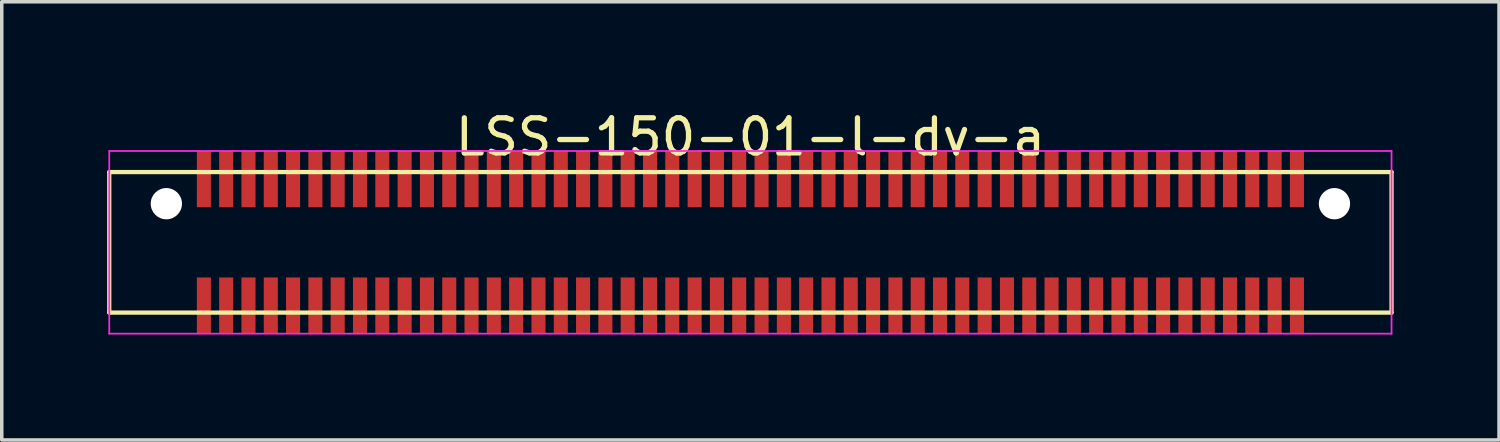
<source format=kicad_pcb>
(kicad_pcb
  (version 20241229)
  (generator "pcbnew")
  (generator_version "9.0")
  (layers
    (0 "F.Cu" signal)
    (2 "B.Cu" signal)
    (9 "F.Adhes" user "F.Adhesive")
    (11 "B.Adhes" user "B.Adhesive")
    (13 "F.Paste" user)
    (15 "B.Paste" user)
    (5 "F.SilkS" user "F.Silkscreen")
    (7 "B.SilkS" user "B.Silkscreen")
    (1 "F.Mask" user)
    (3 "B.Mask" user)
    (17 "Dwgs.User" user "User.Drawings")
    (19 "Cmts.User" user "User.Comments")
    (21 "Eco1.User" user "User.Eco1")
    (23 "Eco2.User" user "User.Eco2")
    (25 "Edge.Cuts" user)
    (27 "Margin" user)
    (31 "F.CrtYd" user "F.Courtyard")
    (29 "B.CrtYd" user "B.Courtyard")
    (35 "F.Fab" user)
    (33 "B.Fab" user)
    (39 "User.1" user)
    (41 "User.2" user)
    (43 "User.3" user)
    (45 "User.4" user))
  (footprint "LSS-150-01-l-dv-a"
    (layer "F.Cu")
    (at 18.31 3.848)
    (property "Reference" "LSS-150-01-l-dv-a" (at 0 -3 0) (layer "F.SilkS") (effects (font (size 1 1) (thickness 0.15))))
    (attr through_hole)
    (fp_line (start -18.25 -2) (end -18.25 2) (stroke (width 0.12) (type solid)) (layer "F.SilkS"))
    (fp_line (start -18.25 2) (end 18.25 2) (stroke (width 0.12) (type solid)) (layer "F.SilkS"))
    (fp_line (start 18.25 -2) (end -18.25 -2) (stroke (width 0.12) (type solid)) (layer "F.SilkS"))
    (fp_line (start 18.25 2) (end 18.25 -2) (stroke (width 0.12) (type solid)) (layer "F.SilkS"))
    (fp_line (start -18.25 -2.6) (end -18.25 2.6) (stroke (width 0.05) (type solid)) (layer "F.CrtYd"))
    (fp_line (start -18.25 2.6) (end 18.25 2.6) (stroke (width 0.05) (type solid)) (layer "F.CrtYd"))
    (fp_line (start 18.25 -2.6) (end -18.25 -2.6) (stroke (width 0.05) (type solid)) (layer "F.CrtYd"))
    (fp_line (start 18.25 2.6) (end 18.25 -2.6) (stroke (width 0.05) (type solid)) (layer "F.CrtYd"))
    (pad "" np_thru_hole circle (at -16.625 -1.1) (size 0.89 0.89) (drill 0.89) (layers "*.Cu" "*.Mask"))
    (pad "" np_thru_hole circle (at 16.625 -1.1) (size 0.89 0.89) (drill 0.89) (layers "*.Cu" "*.Mask"))
    (pad "1" smd rect (at -15.557 -1.8) (size 0.4 1.6) (layers "F.Cu" "F.Mask" "F.Paste"))
    (pad "2" smd rect (at -15.557 1.8) (size 0.4 1.6) (layers "F.Cu" "F.Mask" "F.Paste"))
    (pad "3" smd rect (at -14.922 -1.8) (size 0.4 1.6) (layers "F.Cu" "F.Mask" "F.Paste"))
    (pad "4" smd rect (at -14.922 1.8) (size 0.4 1.6) (layers "F.Cu" "F.Mask" "F.Paste"))
    (pad "5" smd rect (at -14.287 -1.8) (size 0.4 1.6) (layers "F.Cu" "F.Mask" "F.Paste"))
    (pad "6" smd rect (at -14.287 1.8) (size 0.4 1.6) (layers "F.Cu" "F.Mask" "F.Paste"))
    (pad "7" smd rect (at -13.652 -1.8) (size 0.4 1.6) (layers "F.Cu" "F.Mask" "F.Paste"))
    (pad "8" smd rect (at -13.652 1.8) (size 0.4 1.6) (layers "F.Cu" "F.Mask" "F.Paste"))
    (pad "9" smd rect (at -13.018 -1.8) (size 0.4 1.6) (layers "F.Cu" "F.Mask" "F.Paste"))
    (pad "10" smd rect (at -13.018 1.8) (size 0.4 1.6) (layers "F.Cu" "F.Mask" "F.Paste"))
    (pad "11" smd rect (at -12.383 -1.8) (size 0.4 1.6) (layers "F.Cu" "F.Mask" "F.Paste"))
    (pad "12" smd rect (at -12.383 1.8) (size 0.4 1.6) (layers "F.Cu" "F.Mask" "F.Paste"))
    (pad "13" smd rect (at -11.748 -1.8) (size 0.4 1.6) (layers "F.Cu" "F.Mask" "F.Paste"))
    (pad "14" smd rect (at -11.748 1.8) (size 0.4 1.6) (layers "F.Cu" "F.Mask" "F.Paste"))
    (pad "15" smd rect (at -11.113 -1.8) (size 0.4 1.6) (layers "F.Cu" "F.Mask" "F.Paste"))
    (pad "16" smd rect (at -11.113 1.8) (size 0.4 1.6) (layers "F.Cu" "F.Mask" "F.Paste"))
    (pad "17" smd rect (at -10.477 -1.8) (size 0.4 1.6) (layers "F.Cu" "F.Mask" "F.Paste"))
    (pad "18" smd rect (at -10.477 1.8) (size 0.4 1.6) (layers "F.Cu" "F.Mask" "F.Paste"))
    (pad "19" smd rect (at -9.842 -1.8) (size 0.4 1.6) (layers "F.Cu" "F.Mask" "F.Paste"))
    (pad "20" smd rect (at -9.842 1.8) (size 0.4 1.6) (layers "F.Cu" "F.Mask" "F.Paste"))
    (pad "21" smd rect (at -9.207 -1.8) (size 0.4 1.6) (layers "F.Cu" "F.Mask" "F.Paste"))
    (pad "22" smd rect (at -9.207 1.8) (size 0.4 1.6) (layers "F.Cu" "F.Mask" "F.Paste"))
    (pad "23" smd rect (at -8.572 -1.8) (size 0.4 1.6) (layers "F.Cu" "F.Mask" "F.Paste"))
    (pad "24" smd rect (at -8.572 1.8) (size 0.4 1.6) (layers "F.Cu" "F.Mask" "F.Paste"))
    (pad "25" smd rect (at -7.938 -1.8) (size 0.4 1.6) (layers "F.Cu" "F.Mask" "F.Paste"))
    (pad "26" smd rect (at -7.938 1.8) (size 0.4 1.6) (layers "F.Cu" "F.Mask" "F.Paste"))
    (pad "27" smd rect (at -7.303 -1.8) (size 0.4 1.6) (layers "F.Cu" "F.Mask" "F.Paste"))
    (pad "28" smd rect (at -7.303 1.8) (size 0.4 1.6) (layers "F.Cu" "F.Mask" "F.Paste"))
    (pad "29" smd rect (at -6.668 -1.8) (size 0.4 1.6) (layers "F.Cu" "F.Mask" "F.Paste"))
    (pad "30" smd rect (at -6.668 1.8) (size 0.4 1.6) (layers "F.Cu" "F.Mask" "F.Paste"))
    (pad "31" smd rect (at -6.032 -1.8) (size 0.4 1.6) (layers "F.Cu" "F.Mask" "F.Paste"))
    (pad "32" smd rect (at -6.032 1.8) (size 0.4 1.6) (layers "F.Cu" "F.Mask" "F.Paste"))
    (pad "33" smd rect (at -5.397 -1.8) (size 0.4 1.6) (layers "F.Cu" "F.Mask" "F.Paste"))
    (pad "34" smd rect (at -5.397 1.8) (size 0.4 1.6) (layers "F.Cu" "F.Mask" "F.Paste"))
    (pad "35" smd rect (at -4.763 -1.8) (size 0.4 1.6) (layers "F.Cu" "F.Mask" "F.Paste"))
    (pad "36" smd rect (at -4.763 1.8) (size 0.4 1.6) (layers "F.Cu" "F.Mask" "F.Paste"))
    (pad "37" smd rect (at -4.128 -1.8) (size 0.4 1.6) (layers "F.Cu" "F.Mask" "F.Paste"))
    (pad "38" smd rect (at -4.128 1.8) (size 0.4 1.6) (layers "F.Cu" "F.Mask" "F.Paste"))
    (pad "39" smd rect (at -3.493 -1.8) (size 0.4 1.6) (layers "F.Cu" "F.Mask" "F.Paste"))
    (pad "40" smd rect (at -3.493 1.8) (size 0.4 1.6) (layers "F.Cu" "F.Mask" "F.Paste"))
    (pad "41" smd rect (at -2.857 -1.8) (size 0.4 1.6) (layers "F.Cu" "F.Mask" "F.Paste"))
    (pad "42" smd rect (at -2.857 1.8) (size 0.4 1.6) (layers "F.Cu" "F.Mask" "F.Paste"))
    (pad "43" smd rect (at -2.223 -1.8) (size 0.4 1.6) (layers "F.Cu" "F.Mask" "F.Paste"))
    (pad "44" smd rect (at -2.223 1.8) (size 0.4 1.6) (layers "F.Cu" "F.Mask" "F.Paste"))
    (pad "45" smd rect (at -1.587 -1.8) (size 0.4 1.6) (layers "F.Cu" "F.Mask" "F.Paste"))
    (pad "46" smd rect (at -1.587 1.8) (size 0.4 1.6) (layers "F.Cu" "F.Mask" "F.Paste"))
    (pad "47" smd rect (at -0.953 -1.8) (size 0.4 1.6) (layers "F.Cu" "F.Mask" "F.Paste"))
    (pad "48" smd rect (at -0.953 1.8) (size 0.4 1.6) (layers "F.Cu" "F.Mask" "F.Paste"))
    (pad "49" smd rect (at -0.318 -1.8) (size 0.4 1.6) (layers "F.Cu" "F.Mask" "F.Paste"))
    (pad "50" smd rect (at -0.318 1.8) (size 0.4 1.6) (layers "F.Cu" "F.Mask" "F.Paste"))
    (pad "51" smd rect (at 0.318 -1.8) (size 0.4 1.6) (layers "F.Cu" "F.Mask" "F.Paste"))
    (pad "52" smd rect (at 0.318 1.8) (size 0.4 1.6) (layers "F.Cu" "F.Mask" "F.Paste"))
    (pad "53" smd rect (at 0.953 -1.8) (size 0.4 1.6) (layers "F.Cu" "F.Mask" "F.Paste"))
    (pad "54" smd rect (at 0.953 1.8) (size 0.4 1.6) (layers "F.Cu" "F.Mask" "F.Paste"))
    (pad "55" smd rect (at 1.587 -1.8) (size 0.4 1.6) (layers "F.Cu" "F.Mask" "F.Paste"))
    (pad "56" smd rect (at 1.587 1.8) (size 0.4 1.6) (layers "F.Cu" "F.Mask" "F.Paste"))
    (pad "57" smd rect (at 2.223 -1.8) (size 0.4 1.6) (layers "F.Cu" "F.Mask" "F.Paste"))
    (pad "58" smd rect (at 2.223 1.8) (size 0.4 1.6) (layers "F.Cu" "F.Mask" "F.Paste"))
    (pad "59" smd rect (at 2.857 -1.8) (size 0.4 1.6) (layers "F.Cu" "F.Mask" "F.Paste"))
    (pad "60" smd rect (at 2.857 1.8) (size 0.4 1.6) (layers "F.Cu" "F.Mask" "F.Paste"))
    (pad "61" smd rect (at 3.493 -1.8) (size 0.4 1.6) (layers "F.Cu" "F.Mask" "F.Paste"))
    (pad "62" smd rect (at 3.493 1.8) (size 0.4 1.6) (layers "F.Cu" "F.Mask" "F.Paste"))
    (pad "63" smd rect (at 4.128 -1.8) (size 0.4 1.6) (layers "F.Cu" "F.Mask" "F.Paste"))
    (pad "64" smd rect (at 4.128 1.8) (size 0.4 1.6) (layers "F.Cu" "F.Mask" "F.Paste"))
    (pad "65" smd rect (at 4.763 -1.8) (size 0.4 1.6) (layers "F.Cu" "F.Mask" "F.Paste"))
    (pad "66" smd rect (at 4.763 1.8) (size 0.4 1.6) (layers "F.Cu" "F.Mask" "F.Paste"))
    (pad "67" smd rect (at 5.397 -1.8) (size 0.4 1.6) (layers "F.Cu" "F.Mask" "F.Paste"))
    (pad "68" smd rect (at 5.397 1.8) (size 0.4 1.6) (layers "F.Cu" "F.Mask" "F.Paste"))
    (pad "69" smd rect (at 6.032 -1.8) (size 0.4 1.6) (layers "F.Cu" "F.Mask" "F.Paste"))
    (pad "70" smd rect (at 6.032 1.8) (size 0.4 1.6) (layers "F.Cu" "F.Mask" "F.Paste"))
    (pad "71" smd rect (at 6.668 -1.8) (size 0.4 1.6) (layers "F.Cu" "F.Mask" "F.Paste"))
    (pad "72" smd rect (at 6.668 1.8) (size 0.4 1.6) (layers "F.Cu" "F.Mask" "F.Paste"))
    (pad "73" smd rect (at 7.303 -1.8) (size 0.4 1.6) (layers "F.Cu" "F.Mask" "F.Paste"))
    (pad "74" smd rect (at 7.303 1.8) (size 0.4 1.6) (layers "F.Cu" "F.Mask" "F.Paste"))
    (pad "75" smd rect (at 7.938 -1.8) (size 0.4 1.6) (layers "F.Cu" "F.Mask" "F.Paste"))
    (pad "76" smd rect (at 7.938 1.8) (size 0.4 1.6) (layers "F.Cu" "F.Mask" "F.Paste"))
    (pad "77" smd rect (at 8.572 -1.8) (size 0.4 1.6) (layers "F.Cu" "F.Mask" "F.Paste"))
    (pad "78" smd rect (at 8.572 1.8) (size 0.4 1.6) (layers "F.Cu" "F.Mask" "F.Paste"))
    (pad "79" smd rect (at 9.207 -1.8) (size 0.4 1.6) (layers "F.Cu" "F.Mask" "F.Paste"))
    (pad "80" smd rect (at 9.207 1.8) (size 0.4 1.6) (layers "F.Cu" "F.Mask" "F.Paste"))
    (pad "81" smd rect (at 9.842 -1.8) (size 0.4 1.6) (layers "F.Cu" "F.Mask" "F.Paste"))
    (pad "82" smd rect (at 9.842 1.8) (size 0.4 1.6) (layers "F.Cu" "F.Mask" "F.Paste"))
    (pad "83" smd rect (at 10.477 -1.8) (size 0.4 1.6) (layers "F.Cu" "F.Mask" "F.Paste"))
    (pad "84" smd rect (at 10.477 1.8) (size 0.4 1.6) (layers "F.Cu" "F.Mask" "F.Paste"))
    (pad "85" smd rect (at 11.113 -1.8) (size 0.4 1.6) (layers "F.Cu" "F.Mask" "F.Paste"))
    (pad "86" smd rect (at 11.113 1.8) (size 0.4 1.6) (layers "F.Cu" "F.Mask" "F.Paste"))
    (pad "87" smd rect (at 11.748 -1.8) (size 0.4 1.6) (layers "F.Cu" "F.Mask" "F.Paste"))
    (pad "88" smd rect (at 11.748 1.8) (size 0.4 1.6) (layers "F.Cu" "F.Mask" "F.Paste"))
    (pad "89" smd rect (at 12.383 -1.8) (size 0.4 1.6) (layers "F.Cu" "F.Mask" "F.Paste"))
    (pad "90" smd rect (at 12.383 1.8) (size 0.4 1.6) (layers "F.Cu" "F.Mask" "F.Paste"))
    (pad "91" smd rect (at 13.018 -1.8) (size 0.4 1.6) (layers "F.Cu" "F.Mask" "F.Paste"))
    (pad "92" smd rect (at 13.018 1.8) (size 0.4 1.6) (layers "F.Cu" "F.Mask" "F.Paste"))
    (pad "93" smd rect (at 13.652 -1.8) (size 0.4 1.6) (layers "F.Cu" "F.Mask" "F.Paste"))
    (pad "94" smd rect (at 13.652 1.8) (size 0.4 1.6) (layers "F.Cu" "F.Mask" "F.Paste"))
    (pad "95" smd rect (at 14.287 -1.8) (size 0.4 1.6) (layers "F.Cu" "F.Mask" "F.Paste"))
    (pad "96" smd rect (at 14.287 1.8) (size 0.4 1.6) (layers "F.Cu" "F.Mask" "F.Paste"))
    (pad "97" smd rect (at 14.922 -1.8) (size 0.4 1.6) (layers "F.Cu" "F.Mask" "F.Paste"))
    (pad "98" smd rect (at 14.922 1.8) (size 0.4 1.6) (layers "F.Cu" "F.Mask" "F.Paste"))
    (pad "99" smd rect (at 15.557 -1.8) (size 0.4 1.6) (layers "F.Cu" "F.Mask" "F.Paste"))
    (pad "100" smd rect (at 15.557 1.8) (size 0.4 1.6) (layers "F.Cu" "F.Mask" "F.Paste")))
  (gr_rect
    (start -3 -3)
    (end 39.62 9.473)
    (stroke (width 0.1) (type default))
    (fill no)
    (layer "Edge.Cuts")))
</source>
